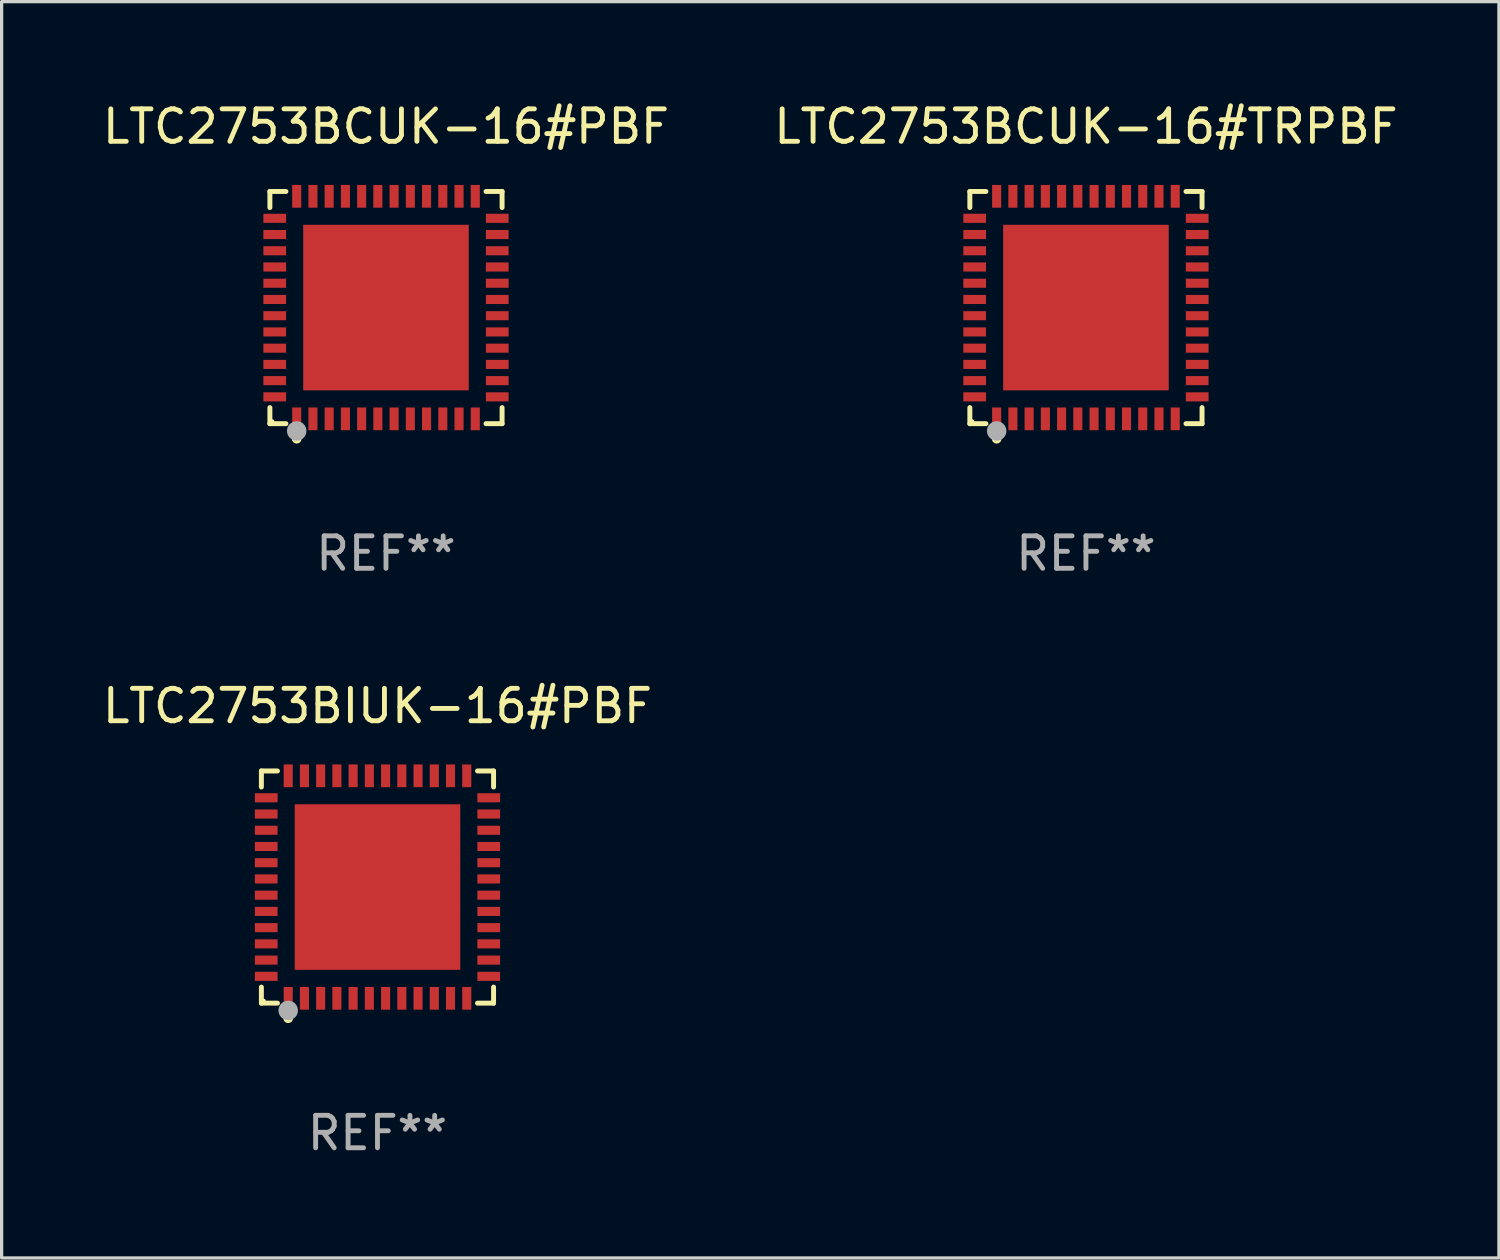
<source format=kicad_pcb>
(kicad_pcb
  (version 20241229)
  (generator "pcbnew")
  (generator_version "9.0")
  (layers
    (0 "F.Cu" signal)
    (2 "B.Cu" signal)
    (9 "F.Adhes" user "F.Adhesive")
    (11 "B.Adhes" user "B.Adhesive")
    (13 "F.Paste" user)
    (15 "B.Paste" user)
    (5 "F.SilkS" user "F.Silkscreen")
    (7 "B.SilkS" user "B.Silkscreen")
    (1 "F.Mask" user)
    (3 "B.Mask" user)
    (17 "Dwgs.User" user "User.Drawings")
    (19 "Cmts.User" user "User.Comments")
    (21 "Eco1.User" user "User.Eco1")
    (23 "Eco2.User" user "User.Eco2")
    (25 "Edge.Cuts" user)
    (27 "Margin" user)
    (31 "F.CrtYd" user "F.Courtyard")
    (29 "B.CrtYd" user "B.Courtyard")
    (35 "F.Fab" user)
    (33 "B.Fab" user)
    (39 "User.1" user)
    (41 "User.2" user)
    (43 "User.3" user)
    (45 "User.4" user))
  (footprint "LTC2753BCUK-16#PBF"
    (layer "F.Cu")
    (at 8.839 6.424)
    (property "Reference" "LTC2753BCUK-16#PBF" (at 0 -5.576 0) (layer "F.SilkS") (effects (font (size 1 1) (thickness 0.15))))
    (attr through_hole)
    (fp_line (start -3.576 -3.576) (end -3.081 -3.576) (stroke (width 0.152) (type solid)) (layer "F.SilkS"))
    (fp_line (start -3.576 -3.081) (end -3.576 -3.576) (stroke (width 0.152) (type solid)) (layer "F.SilkS"))
    (fp_line (start -3.576 3.081) (end -3.576 3.576) (stroke (width 0.152) (type solid)) (layer "F.SilkS"))
    (fp_line (start -3.576 3.576) (end -3.081 3.576) (stroke (width 0.152) (type solid)) (layer "F.SilkS"))
    (fp_line (start 3.576 -3.576) (end 3.081 -3.576) (stroke (width 0.152) (type solid)) (layer "F.SilkS"))
    (fp_line (start 3.576 -3.081) (end 3.576 -3.576) (stroke (width 0.152) (type solid)) (layer "F.SilkS"))
    (fp_line (start 3.576 3.081) (end 3.576 3.576) (stroke (width 0.152) (type solid)) (layer "F.SilkS"))
    (fp_line (start 3.576 3.576) (end 3.081 3.576) (stroke (width 0.152) (type solid)) (layer "F.SilkS"))
    (fp_circle (center -3.5 3.5) (end -3.47 3.5) (stroke (width 0.06) (type solid)) (fill no) (layer "F.SilkS"))
    (fp_circle (center -2.75 4.04) (end -2.675 4.04) (stroke (width 0.15) (type solid)) (fill no) (layer "F.SilkS"))
    (fp_circle (center -2.75 3.8) (end -2.6 3.8) (stroke (width 0.3) (type solid)) (fill no) (layer "F.Fab"))
    (fp_text user "REF**" (at 0 7.576 0) (layer "F.Fab") (effects (font (size 1 1) (thickness 0.15))))
    (pad "1" smd rect (at -2.75 3.427) (size 0.28 0.7) (layers "F.Cu" "F.Mask" "F.Paste"))
    (pad "2" smd rect (at -2.25 3.427) (size 0.28 0.7) (layers "F.Cu" "F.Mask" "F.Paste"))
    (pad "3" smd rect (at -1.75 3.427) (size 0.28 0.7) (layers "F.Cu" "F.Mask" "F.Paste"))
    (pad "4" smd rect (at -1.25 3.427) (size 0.28 0.7) (layers "F.Cu" "F.Mask" "F.Paste"))
    (pad "5" smd rect (at -0.75 3.427) (size 0.28 0.7) (layers "F.Cu" "F.Mask" "F.Paste"))
    (pad "6" smd rect (at -0.25 3.427) (size 0.28 0.7) (layers "F.Cu" "F.Mask" "F.Paste"))
    (pad "7" smd rect (at 0.25 3.427) (size 0.28 0.7) (layers "F.Cu" "F.Mask" "F.Paste"))
    (pad "8" smd rect (at 0.75 3.427) (size 0.28 0.7) (layers "F.Cu" "F.Mask" "F.Paste"))
    (pad "9" smd rect (at 1.25 3.427) (size 0.28 0.7) (layers "F.Cu" "F.Mask" "F.Paste"))
    (pad "10" smd rect (at 1.75 3.427) (size 0.28 0.7) (layers "F.Cu" "F.Mask" "F.Paste"))
    (pad "11" smd rect (at 2.25 3.427) (size 0.28 0.7) (layers "F.Cu" "F.Mask" "F.Paste"))
    (pad "12" smd rect (at 2.75 3.427) (size 0.28 0.7) (layers "F.Cu" "F.Mask" "F.Paste"))
    (pad "13" smd rect (at 3.427 2.75) (size 0.7 0.28) (layers "F.Cu" "F.Mask" "F.Paste"))
    (pad "14" smd rect (at 3.427 2.25) (size 0.7 0.28) (layers "F.Cu" "F.Mask" "F.Paste"))
    (pad "15" smd rect (at 3.427 1.75) (size 0.7 0.28) (layers "F.Cu" "F.Mask" "F.Paste"))
    (pad "16" smd rect (at 3.427 1.25) (size 0.7 0.28) (layers "F.Cu" "F.Mask" "F.Paste"))
    (pad "17" smd rect (at 3.427 0.75) (size 0.7 0.28) (layers "F.Cu" "F.Mask" "F.Paste"))
    (pad "18" smd rect (at 3.427 0.25) (size 0.7 0.28) (layers "F.Cu" "F.Mask" "F.Paste"))
    (pad "19" smd rect (at 3.427 -0.25) (size 0.7 0.28) (layers "F.Cu" "F.Mask" "F.Paste"))
    (pad "20" smd rect (at 3.427 -0.75) (size 0.7 0.28) (layers "F.Cu" "F.Mask" "F.Paste"))
    (pad "21" smd rect (at 3.427 -1.25) (size 0.7 0.28) (layers "F.Cu" "F.Mask" "F.Paste"))
    (pad "22" smd rect (at 3.427 -1.75) (size 0.7 0.28) (layers "F.Cu" "F.Mask" "F.Paste"))
    (pad "23" smd rect (at 3.427 -2.25) (size 0.7 0.28) (layers "F.Cu" "F.Mask" "F.Paste"))
    (pad "24" smd rect (at 3.427 -2.75) (size 0.7 0.28) (layers "F.Cu" "F.Mask" "F.Paste"))
    (pad "25" smd rect (at 2.75 -3.427) (size 0.28 0.7) (layers "F.Cu" "F.Mask" "F.Paste"))
    (pad "26" smd rect (at 2.25 -3.427) (size 0.28 0.7) (layers "F.Cu" "F.Mask" "F.Paste"))
    (pad "27" smd rect (at 1.75 -3.427) (size 0.28 0.7) (layers "F.Cu" "F.Mask" "F.Paste"))
    (pad "28" smd rect (at 1.25 -3.427) (size 0.28 0.7) (layers "F.Cu" "F.Mask" "F.Paste"))
    (pad "29" smd rect (at 0.75 -3.427) (size 0.28 0.7) (layers "F.Cu" "F.Mask" "F.Paste"))
    (pad "30" smd rect (at 0.25 -3.427) (size 0.28 0.7) (layers "F.Cu" "F.Mask" "F.Paste"))
    (pad "31" smd rect (at -0.25 -3.427) (size 0.28 0.7) (layers "F.Cu" "F.Mask" "F.Paste"))
    (pad "32" smd rect (at -0.75 -3.427) (size 0.28 0.7) (layers "F.Cu" "F.Mask" "F.Paste"))
    (pad "33" smd rect (at -1.25 -3.427) (size 0.28 0.7) (layers "F.Cu" "F.Mask" "F.Paste"))
    (pad "34" smd rect (at -1.75 -3.427) (size 0.28 0.7) (layers "F.Cu" "F.Mask" "F.Paste"))
    (pad "35" smd rect (at -2.25 -3.427) (size 0.28 0.7) (layers "F.Cu" "F.Mask" "F.Paste"))
    (pad "36" smd rect (at -2.75 -3.427) (size 0.28 0.7) (layers "F.Cu" "F.Mask" "F.Paste"))
    (pad "37" smd rect (at -3.427 -2.75) (size 0.7 0.28) (layers "F.Cu" "F.Mask" "F.Paste"))
    (pad "38" smd rect (at -3.427 -2.25) (size 0.7 0.28) (layers "F.Cu" "F.Mask" "F.Paste"))
    (pad "39" smd rect (at -3.427 -1.75) (size 0.7 0.28) (layers "F.Cu" "F.Mask" "F.Paste"))
    (pad "40" smd rect (at -3.427 -1.25) (size 0.7 0.28) (layers "F.Cu" "F.Mask" "F.Paste"))
    (pad "41" smd rect (at -3.427 -0.75) (size 0.7 0.28) (layers "F.Cu" "F.Mask" "F.Paste"))
    (pad "42" smd rect (at -3.427 -0.25) (size 0.7 0.28) (layers "F.Cu" "F.Mask" "F.Paste"))
    (pad "43" smd rect (at -3.427 0.25) (size 0.7 0.28) (layers "F.Cu" "F.Mask" "F.Paste"))
    (pad "44" smd rect (at -3.427 0.75) (size 0.7 0.28) (layers "F.Cu" "F.Mask" "F.Paste"))
    (pad "45" smd rect (at -3.427 1.25) (size 0.7 0.28) (layers "F.Cu" "F.Mask" "F.Paste"))
    (pad "46" smd rect (at -3.427 1.75) (size 0.7 0.28) (layers "F.Cu" "F.Mask" "F.Paste"))
    (pad "47" smd rect (at -3.427 2.25) (size 0.7 0.28) (layers "F.Cu" "F.Mask" "F.Paste"))
    (pad "48" smd rect (at -3.427 2.75) (size 0.7 0.28) (layers "F.Cu" "F.Mask" "F.Paste"))
    (pad "49" smd rect (at 0 0) (size 5.1 5.1) (layers "F.Cu" "F.Mask" "F.Paste")))
  (footprint "LTC2753BIUK-16#PBF"
    (layer "F.Cu")
    (at 8.577 24.273)
    (property "Reference" "LTC2753BIUK-16#PBF" (at 0 -5.576 0) (layer "F.SilkS") (effects (font (size 1 1) (thickness 0.15))))
    (attr through_hole)
    (fp_line (start -3.576 -3.576) (end -3.081 -3.576) (stroke (width 0.152) (type solid)) (layer "F.SilkS"))
    (fp_line (start -3.576 -3.081) (end -3.576 -3.576) (stroke (width 0.152) (type solid)) (layer "F.SilkS"))
    (fp_line (start -3.576 3.081) (end -3.576 3.576) (stroke (width 0.152) (type solid)) (layer "F.SilkS"))
    (fp_line (start -3.576 3.576) (end -3.081 3.576) (stroke (width 0.152) (type solid)) (layer "F.SilkS"))
    (fp_line (start 3.576 -3.576) (end 3.081 -3.576) (stroke (width 0.152) (type solid)) (layer "F.SilkS"))
    (fp_line (start 3.576 -3.081) (end 3.576 -3.576) (stroke (width 0.152) (type solid)) (layer "F.SilkS"))
    (fp_line (start 3.576 3.081) (end 3.576 3.576) (stroke (width 0.152) (type solid)) (layer "F.SilkS"))
    (fp_line (start 3.576 3.576) (end 3.081 3.576) (stroke (width 0.152) (type solid)) (layer "F.SilkS"))
    (fp_circle (center -3.5 3.5) (end -3.47 3.5) (stroke (width 0.06) (type solid)) (fill no) (layer "F.SilkS"))
    (fp_circle (center -2.75 4.04) (end -2.675 4.04) (stroke (width 0.15) (type solid)) (fill no) (layer "F.SilkS"))
    (fp_circle (center -2.75 3.8) (end -2.6 3.8) (stroke (width 0.3) (type solid)) (fill no) (layer "F.Fab"))
    (fp_text user "REF**" (at 0 7.576 0) (layer "F.Fab") (effects (font (size 1 1) (thickness 0.15))))
    (pad "1" smd rect (at -2.75 3.427) (size 0.28 0.7) (layers "F.Cu" "F.Mask" "F.Paste"))
    (pad "2" smd rect (at -2.25 3.427) (size 0.28 0.7) (layers "F.Cu" "F.Mask" "F.Paste"))
    (pad "3" smd rect (at -1.75 3.427) (size 0.28 0.7) (layers "F.Cu" "F.Mask" "F.Paste"))
    (pad "4" smd rect (at -1.25 3.427) (size 0.28 0.7) (layers "F.Cu" "F.Mask" "F.Paste"))
    (pad "5" smd rect (at -0.75 3.427) (size 0.28 0.7) (layers "F.Cu" "F.Mask" "F.Paste"))
    (pad "6" smd rect (at -0.25 3.427) (size 0.28 0.7) (layers "F.Cu" "F.Mask" "F.Paste"))
    (pad "7" smd rect (at 0.25 3.427) (size 0.28 0.7) (layers "F.Cu" "F.Mask" "F.Paste"))
    (pad "8" smd rect (at 0.75 3.427) (size 0.28 0.7) (layers "F.Cu" "F.Mask" "F.Paste"))
    (pad "9" smd rect (at 1.25 3.427) (size 0.28 0.7) (layers "F.Cu" "F.Mask" "F.Paste"))
    (pad "10" smd rect (at 1.75 3.427) (size 0.28 0.7) (layers "F.Cu" "F.Mask" "F.Paste"))
    (pad "11" smd rect (at 2.25 3.427) (size 0.28 0.7) (layers "F.Cu" "F.Mask" "F.Paste"))
    (pad "12" smd rect (at 2.75 3.427) (size 0.28 0.7) (layers "F.Cu" "F.Mask" "F.Paste"))
    (pad "13" smd rect (at 3.427 2.75) (size 0.7 0.28) (layers "F.Cu" "F.Mask" "F.Paste"))
    (pad "14" smd rect (at 3.427 2.25) (size 0.7 0.28) (layers "F.Cu" "F.Mask" "F.Paste"))
    (pad "15" smd rect (at 3.427 1.75) (size 0.7 0.28) (layers "F.Cu" "F.Mask" "F.Paste"))
    (pad "16" smd rect (at 3.427 1.25) (size 0.7 0.28) (layers "F.Cu" "F.Mask" "F.Paste"))
    (pad "17" smd rect (at 3.427 0.75) (size 0.7 0.28) (layers "F.Cu" "F.Mask" "F.Paste"))
    (pad "18" smd rect (at 3.427 0.25) (size 0.7 0.28) (layers "F.Cu" "F.Mask" "F.Paste"))
    (pad "19" smd rect (at 3.427 -0.25) (size 0.7 0.28) (layers "F.Cu" "F.Mask" "F.Paste"))
    (pad "20" smd rect (at 3.427 -0.75) (size 0.7 0.28) (layers "F.Cu" "F.Mask" "F.Paste"))
    (pad "21" smd rect (at 3.427 -1.25) (size 0.7 0.28) (layers "F.Cu" "F.Mask" "F.Paste"))
    (pad "22" smd rect (at 3.427 -1.75) (size 0.7 0.28) (layers "F.Cu" "F.Mask" "F.Paste"))
    (pad "23" smd rect (at 3.427 -2.25) (size 0.7 0.28) (layers "F.Cu" "F.Mask" "F.Paste"))
    (pad "24" smd rect (at 3.427 -2.75) (size 0.7 0.28) (layers "F.Cu" "F.Mask" "F.Paste"))
    (pad "25" smd rect (at 2.75 -3.427) (size 0.28 0.7) (layers "F.Cu" "F.Mask" "F.Paste"))
    (pad "26" smd rect (at 2.25 -3.427) (size 0.28 0.7) (layers "F.Cu" "F.Mask" "F.Paste"))
    (pad "27" smd rect (at 1.75 -3.427) (size 0.28 0.7) (layers "F.Cu" "F.Mask" "F.Paste"))
    (pad "28" smd rect (at 1.25 -3.427) (size 0.28 0.7) (layers "F.Cu" "F.Mask" "F.Paste"))
    (pad "29" smd rect (at 0.75 -3.427) (size 0.28 0.7) (layers "F.Cu" "F.Mask" "F.Paste"))
    (pad "30" smd rect (at 0.25 -3.427) (size 0.28 0.7) (layers "F.Cu" "F.Mask" "F.Paste"))
    (pad "31" smd rect (at -0.25 -3.427) (size 0.28 0.7) (layers "F.Cu" "F.Mask" "F.Paste"))
    (pad "32" smd rect (at -0.75 -3.427) (size 0.28 0.7) (layers "F.Cu" "F.Mask" "F.Paste"))
    (pad "33" smd rect (at -1.25 -3.427) (size 0.28 0.7) (layers "F.Cu" "F.Mask" "F.Paste"))
    (pad "34" smd rect (at -1.75 -3.427) (size 0.28 0.7) (layers "F.Cu" "F.Mask" "F.Paste"))
    (pad "35" smd rect (at -2.25 -3.427) (size 0.28 0.7) (layers "F.Cu" "F.Mask" "F.Paste"))
    (pad "36" smd rect (at -2.75 -3.427) (size 0.28 0.7) (layers "F.Cu" "F.Mask" "F.Paste"))
    (pad "37" smd rect (at -3.427 -2.75) (size 0.7 0.28) (layers "F.Cu" "F.Mask" "F.Paste"))
    (pad "38" smd rect (at -3.427 -2.25) (size 0.7 0.28) (layers "F.Cu" "F.Mask" "F.Paste"))
    (pad "39" smd rect (at -3.427 -1.75) (size 0.7 0.28) (layers "F.Cu" "F.Mask" "F.Paste"))
    (pad "40" smd rect (at -3.427 -1.25) (size 0.7 0.28) (layers "F.Cu" "F.Mask" "F.Paste"))
    (pad "41" smd rect (at -3.427 -0.75) (size 0.7 0.28) (layers "F.Cu" "F.Mask" "F.Paste"))
    (pad "42" smd rect (at -3.427 -0.25) (size 0.7 0.28) (layers "F.Cu" "F.Mask" "F.Paste"))
    (pad "43" smd rect (at -3.427 0.25) (size 0.7 0.28) (layers "F.Cu" "F.Mask" "F.Paste"))
    (pad "44" smd rect (at -3.427 0.75) (size 0.7 0.28) (layers "F.Cu" "F.Mask" "F.Paste"))
    (pad "45" smd rect (at -3.427 1.25) (size 0.7 0.28) (layers "F.Cu" "F.Mask" "F.Paste"))
    (pad "46" smd rect (at -3.427 1.75) (size 0.7 0.28) (layers "F.Cu" "F.Mask" "F.Paste"))
    (pad "47" smd rect (at -3.427 2.25) (size 0.7 0.28) (layers "F.Cu" "F.Mask" "F.Paste"))
    (pad "48" smd rect (at -3.427 2.75) (size 0.7 0.28) (layers "F.Cu" "F.Mask" "F.Paste"))
    (pad "49" smd rect (at 0 0) (size 5.1 5.1) (layers "F.Cu" "F.Mask" "F.Paste")))
  (footprint "LTC2753BCUK-16#TRPBF"
    (layer "F.Cu")
    (at 30.399 6.424)
    (property "Reference" "LTC2753BCUK-16#TRPBF" (at 0 -5.576 0) (layer "F.SilkS") (effects (font (size 1 1) (thickness 0.15))))
    (attr through_hole)
    (fp_line (start -3.576 -3.576) (end -3.081 -3.576) (stroke (width 0.152) (type solid)) (layer "F.SilkS"))
    (fp_line (start -3.576 -3.081) (end -3.576 -3.576) (stroke (width 0.152) (type solid)) (layer "F.SilkS"))
    (fp_line (start -3.576 3.081) (end -3.576 3.576) (stroke (width 0.152) (type solid)) (layer "F.SilkS"))
    (fp_line (start -3.576 3.576) (end -3.081 3.576) (stroke (width 0.152) (type solid)) (layer "F.SilkS"))
    (fp_line (start 3.576 -3.576) (end 3.081 -3.576) (stroke (width 0.152) (type solid)) (layer "F.SilkS"))
    (fp_line (start 3.576 -3.081) (end 3.576 -3.576) (stroke (width 0.152) (type solid)) (layer "F.SilkS"))
    (fp_line (start 3.576 3.081) (end 3.576 3.576) (stroke (width 0.152) (type solid)) (layer "F.SilkS"))
    (fp_line (start 3.576 3.576) (end 3.081 3.576) (stroke (width 0.152) (type solid)) (layer "F.SilkS"))
    (fp_circle (center -3.5 3.5) (end -3.47 3.5) (stroke (width 0.06) (type solid)) (fill no) (layer "F.SilkS"))
    (fp_circle (center -2.75 4.04) (end -2.675 4.04) (stroke (width 0.15) (type solid)) (fill no) (layer "F.SilkS"))
    (fp_circle (center -2.75 3.8) (end -2.6 3.8) (stroke (width 0.3) (type solid)) (fill no) (layer "F.Fab"))
    (fp_text user "REF**" (at 0 7.576 0) (layer "F.Fab") (effects (font (size 1 1) (thickness 0.15))))
    (pad "1" smd rect (at -2.75 3.427) (size 0.28 0.7) (layers "F.Cu" "F.Mask" "F.Paste"))
    (pad "2" smd rect (at -2.25 3.427) (size 0.28 0.7) (layers "F.Cu" "F.Mask" "F.Paste"))
    (pad "3" smd rect (at -1.75 3.427) (size 0.28 0.7) (layers "F.Cu" "F.Mask" "F.Paste"))
    (pad "4" smd rect (at -1.25 3.427) (size 0.28 0.7) (layers "F.Cu" "F.Mask" "F.Paste"))
    (pad "5" smd rect (at -0.75 3.427) (size 0.28 0.7) (layers "F.Cu" "F.Mask" "F.Paste"))
    (pad "6" smd rect (at -0.25 3.427) (size 0.28 0.7) (layers "F.Cu" "F.Mask" "F.Paste"))
    (pad "7" smd rect (at 0.25 3.427) (size 0.28 0.7) (layers "F.Cu" "F.Mask" "F.Paste"))
    (pad "8" smd rect (at 0.75 3.427) (size 0.28 0.7) (layers "F.Cu" "F.Mask" "F.Paste"))
    (pad "9" smd rect (at 1.25 3.427) (size 0.28 0.7) (layers "F.Cu" "F.Mask" "F.Paste"))
    (pad "10" smd rect (at 1.75 3.427) (size 0.28 0.7) (layers "F.Cu" "F.Mask" "F.Paste"))
    (pad "11" smd rect (at 2.25 3.427) (size 0.28 0.7) (layers "F.Cu" "F.Mask" "F.Paste"))
    (pad "12" smd rect (at 2.75 3.427) (size 0.28 0.7) (layers "F.Cu" "F.Mask" "F.Paste"))
    (pad "13" smd rect (at 3.427 2.75) (size 0.7 0.28) (layers "F.Cu" "F.Mask" "F.Paste"))
    (pad "14" smd rect (at 3.427 2.25) (size 0.7 0.28) (layers "F.Cu" "F.Mask" "F.Paste"))
    (pad "15" smd rect (at 3.427 1.75) (size 0.7 0.28) (layers "F.Cu" "F.Mask" "F.Paste"))
    (pad "16" smd rect (at 3.427 1.25) (size 0.7 0.28) (layers "F.Cu" "F.Mask" "F.Paste"))
    (pad "17" smd rect (at 3.427 0.75) (size 0.7 0.28) (layers "F.Cu" "F.Mask" "F.Paste"))
    (pad "18" smd rect (at 3.427 0.25) (size 0.7 0.28) (layers "F.Cu" "F.Mask" "F.Paste"))
    (pad "19" smd rect (at 3.427 -0.25) (size 0.7 0.28) (layers "F.Cu" "F.Mask" "F.Paste"))
    (pad "20" smd rect (at 3.427 -0.75) (size 0.7 0.28) (layers "F.Cu" "F.Mask" "F.Paste"))
    (pad "21" smd rect (at 3.427 -1.25) (size 0.7 0.28) (layers "F.Cu" "F.Mask" "F.Paste"))
    (pad "22" smd rect (at 3.427 -1.75) (size 0.7 0.28) (layers "F.Cu" "F.Mask" "F.Paste"))
    (pad "23" smd rect (at 3.427 -2.25) (size 0.7 0.28) (layers "F.Cu" "F.Mask" "F.Paste"))
    (pad "24" smd rect (at 3.427 -2.75) (size 0.7 0.28) (layers "F.Cu" "F.Mask" "F.Paste"))
    (pad "25" smd rect (at 2.75 -3.427) (size 0.28 0.7) (layers "F.Cu" "F.Mask" "F.Paste"))
    (pad "26" smd rect (at 2.25 -3.427) (size 0.28 0.7) (layers "F.Cu" "F.Mask" "F.Paste"))
    (pad "27" smd rect (at 1.75 -3.427) (size 0.28 0.7) (layers "F.Cu" "F.Mask" "F.Paste"))
    (pad "28" smd rect (at 1.25 -3.427) (size 0.28 0.7) (layers "F.Cu" "F.Mask" "F.Paste"))
    (pad "29" smd rect (at 0.75 -3.427) (size 0.28 0.7) (layers "F.Cu" "F.Mask" "F.Paste"))
    (pad "30" smd rect (at 0.25 -3.427) (size 0.28 0.7) (layers "F.Cu" "F.Mask" "F.Paste"))
    (pad "31" smd rect (at -0.25 -3.427) (size 0.28 0.7) (layers "F.Cu" "F.Mask" "F.Paste"))
    (pad "32" smd rect (at -0.75 -3.427) (size 0.28 0.7) (layers "F.Cu" "F.Mask" "F.Paste"))
    (pad "33" smd rect (at -1.25 -3.427) (size 0.28 0.7) (layers "F.Cu" "F.Mask" "F.Paste"))
    (pad "34" smd rect (at -1.75 -3.427) (size 0.28 0.7) (layers "F.Cu" "F.Mask" "F.Paste"))
    (pad "35" smd rect (at -2.25 -3.427) (size 0.28 0.7) (layers "F.Cu" "F.Mask" "F.Paste"))
    (pad "36" smd rect (at -2.75 -3.427) (size 0.28 0.7) (layers "F.Cu" "F.Mask" "F.Paste"))
    (pad "37" smd rect (at -3.427 -2.75) (size 0.7 0.28) (layers "F.Cu" "F.Mask" "F.Paste"))
    (pad "38" smd rect (at -3.427 -2.25) (size 0.7 0.28) (layers "F.Cu" "F.Mask" "F.Paste"))
    (pad "39" smd rect (at -3.427 -1.75) (size 0.7 0.28) (layers "F.Cu" "F.Mask" "F.Paste"))
    (pad "40" smd rect (at -3.427 -1.25) (size 0.7 0.28) (layers "F.Cu" "F.Mask" "F.Paste"))
    (pad "41" smd rect (at -3.427 -0.75) (size 0.7 0.28) (layers "F.Cu" "F.Mask" "F.Paste"))
    (pad "42" smd rect (at -3.427 -0.25) (size 0.7 0.28) (layers "F.Cu" "F.Mask" "F.Paste"))
    (pad "43" smd rect (at -3.427 0.25) (size 0.7 0.28) (layers "F.Cu" "F.Mask" "F.Paste"))
    (pad "44" smd rect (at -3.427 0.75) (size 0.7 0.28) (layers "F.Cu" "F.Mask" "F.Paste"))
    (pad "45" smd rect (at -3.427 1.25) (size 0.7 0.28) (layers "F.Cu" "F.Mask" "F.Paste"))
    (pad "46" smd rect (at -3.427 1.75) (size 0.7 0.28) (layers "F.Cu" "F.Mask" "F.Paste"))
    (pad "47" smd rect (at -3.427 2.25) (size 0.7 0.28) (layers "F.Cu" "F.Mask" "F.Paste"))
    (pad "48" smd rect (at -3.427 2.75) (size 0.7 0.28) (layers "F.Cu" "F.Mask" "F.Paste"))
    (pad "49" smd rect (at 0 0) (size 5.1 5.1) (layers "F.Cu" "F.Mask" "F.Paste")))
  (gr_rect
    (start -3 -3)
    (end 43.119 35.698)
    (stroke (width 0.1) (type default))
    (fill no)
    (layer "Edge.Cuts")))
</source>
